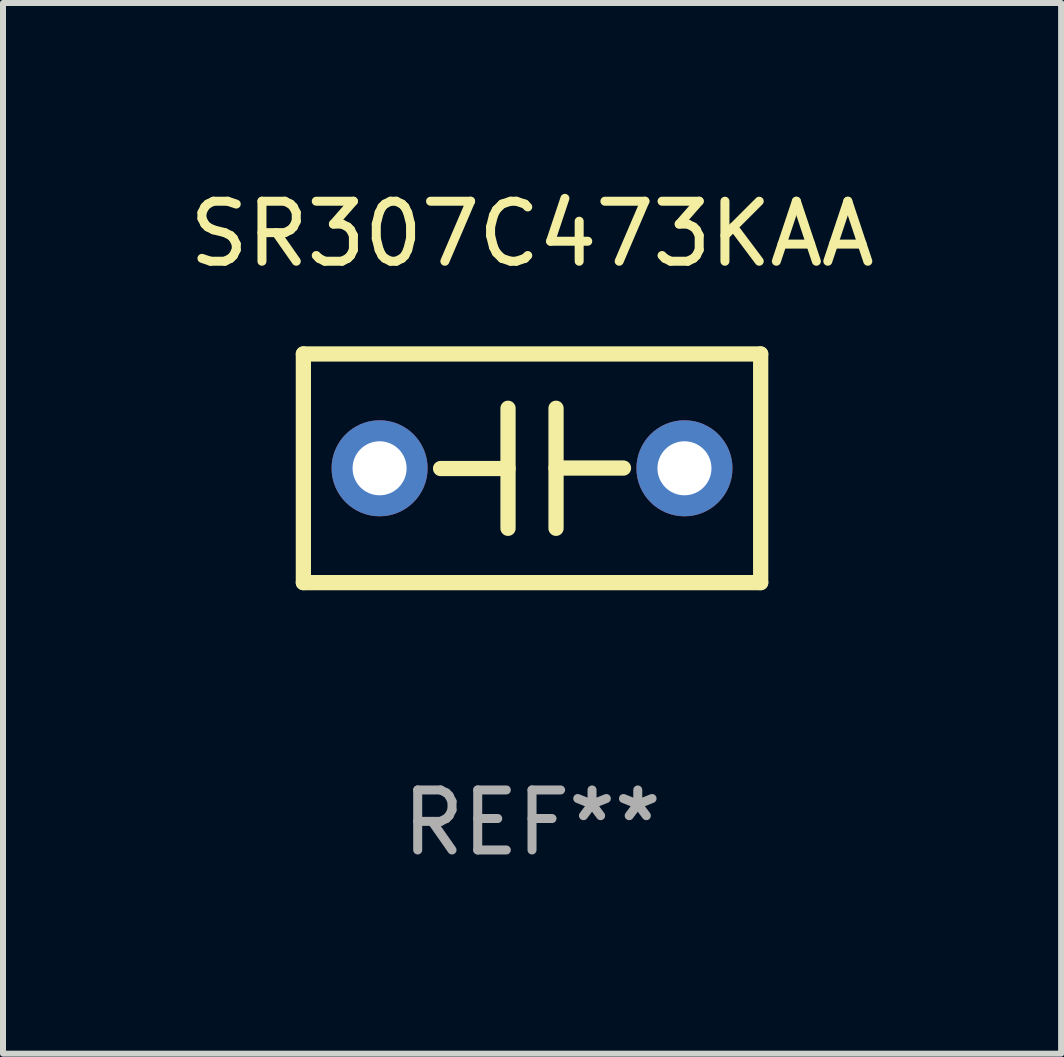
<source format=kicad_pcb>
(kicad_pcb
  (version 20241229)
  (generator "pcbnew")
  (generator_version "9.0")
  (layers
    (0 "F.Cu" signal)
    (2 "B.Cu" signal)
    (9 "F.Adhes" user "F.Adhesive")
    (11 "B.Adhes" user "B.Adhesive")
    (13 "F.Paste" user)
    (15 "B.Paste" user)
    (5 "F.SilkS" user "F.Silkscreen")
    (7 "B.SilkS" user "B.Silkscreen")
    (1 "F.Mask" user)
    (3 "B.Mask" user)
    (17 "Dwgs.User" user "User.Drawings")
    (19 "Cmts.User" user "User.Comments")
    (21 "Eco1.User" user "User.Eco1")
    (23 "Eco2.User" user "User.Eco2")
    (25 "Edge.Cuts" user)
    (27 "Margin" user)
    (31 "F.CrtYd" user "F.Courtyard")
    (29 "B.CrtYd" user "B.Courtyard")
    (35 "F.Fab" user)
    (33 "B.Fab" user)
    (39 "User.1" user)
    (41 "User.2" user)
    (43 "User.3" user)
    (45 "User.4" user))
  (footprint "SR307C473KAA"
    (layer "F.Cu")
    (at 5.815 4.753)
    (property "Reference" "SR307C473KAA" (at 0 -3.905 0) (layer "F.SilkS") (effects (font (size 1 1) (thickness 0.15))))
    (attr through_hole)
    (fp_line (start -3.81 -1.905) (end 3.81 -1.905) (stroke (width 0.254) (type solid)) (layer "F.SilkS"))
    (fp_line (start -3.81 1.905) (end -3.81 -1.905) (stroke (width 0.254) (type solid)) (layer "F.SilkS"))
    (fp_line (start -0.4 -1) (end -0.4 1) (stroke (width 0.254) (type solid)) (layer "F.SilkS"))
    (fp_line (start -0.4 0.004) (end -1.524 0.004) (stroke (width 0.254) (type solid)) (layer "F.SilkS"))
    (fp_line (start 0.4 -0.004) (end 1.524 -0.004) (stroke (width 0.254) (type solid)) (layer "F.SilkS"))
    (fp_line (start 0.4 1) (end 0.4 -1) (stroke (width 0.254) (type solid)) (layer "F.SilkS"))
    (fp_line (start 3.81 -1.905) (end 3.81 1.905) (stroke (width 0.254) (type solid)) (layer "F.SilkS"))
    (fp_line (start 3.81 1.905) (end -3.81 1.905) (stroke (width 0.254) (type solid)) (layer "F.SilkS"))
    (fp_circle (center -3.8 1.9) (end -3.77 1.9) (stroke (width 0.06) (type solid)) (fill no) (layer "F.SilkS"))
    (fp_text user "REF**" (at 0 5.905 0) (layer "F.Fab") (effects (font (size 1 1) (thickness 0.15))))
    (pad "1" thru_hole circle (at -2.54 0) (size 1.6 1.6) (drill 0.9) (layers "*.Cu" "*.Mask"))
    (pad "2" thru_hole circle (at 2.54 0) (size 1.6 1.6) (drill 0.9) (layers "*.Cu" "*.Mask")))
  (gr_rect
    (start -3 -3)
    (end 14.631 14.507)
    (stroke (width 0.1) (type default))
    (fill no)
    (layer "Edge.Cuts")))
</source>
